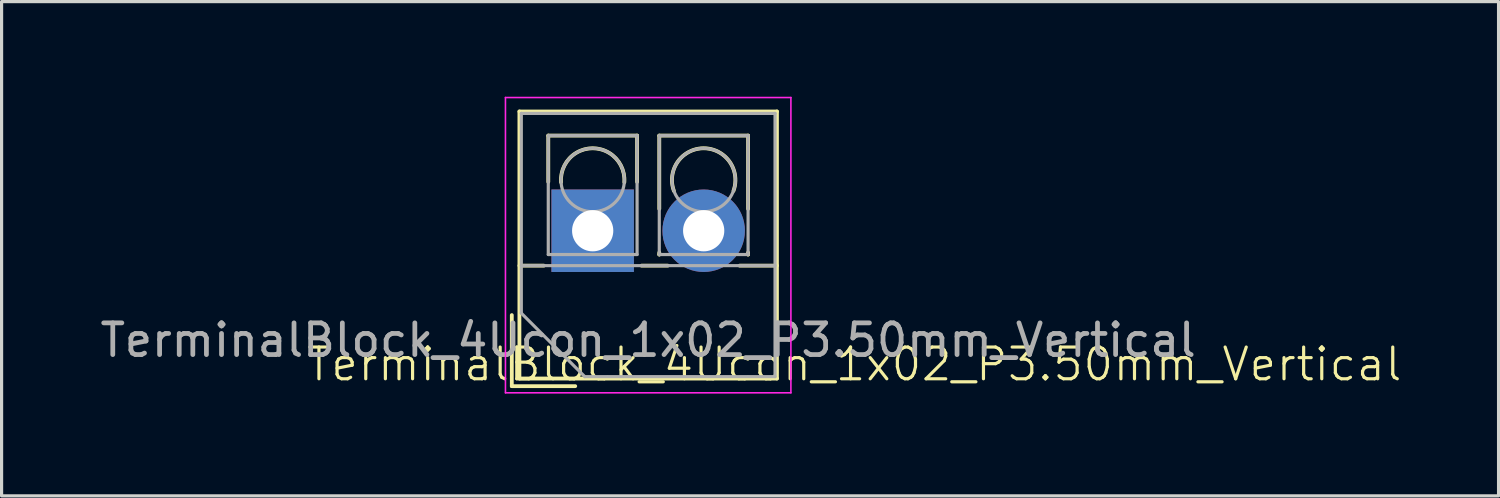
<source format=kicad_pcb>
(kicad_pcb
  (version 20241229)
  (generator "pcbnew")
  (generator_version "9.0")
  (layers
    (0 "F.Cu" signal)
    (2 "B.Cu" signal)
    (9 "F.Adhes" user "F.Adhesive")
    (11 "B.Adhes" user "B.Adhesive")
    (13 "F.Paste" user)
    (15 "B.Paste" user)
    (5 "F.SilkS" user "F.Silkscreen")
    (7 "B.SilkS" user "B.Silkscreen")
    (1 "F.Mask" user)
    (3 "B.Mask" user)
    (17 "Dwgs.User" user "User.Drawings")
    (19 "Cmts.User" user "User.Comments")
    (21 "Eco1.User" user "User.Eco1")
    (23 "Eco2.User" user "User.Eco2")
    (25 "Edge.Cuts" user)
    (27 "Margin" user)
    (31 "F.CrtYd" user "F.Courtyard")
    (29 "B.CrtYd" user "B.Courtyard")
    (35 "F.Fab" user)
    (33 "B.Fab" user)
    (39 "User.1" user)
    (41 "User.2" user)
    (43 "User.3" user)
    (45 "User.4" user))
  (footprint "TerminalBlock_4Ucon_1x02_P3.50mm_Vertical"
    (layer "F.Cu")
    (at 12.887 9.335)
    (property "Reference" "TerminalBlock_4Ucon_1x02_P3.50mm_Vertical" (at 11 -0.9 0) (unlocked yes) (layer "F.SilkS") (effects (font (size 1 1) (thickness 0.1))))
    (attr through_hole)
    (fp_line (start 0.2 -2.45) (end 0.2 -0.21) (stroke (width 0.12) (type solid)) (layer "F.SilkS"))
    (fp_line (start 0.2 -0.21) (end 2.2 -0.21) (stroke (width 0.12) (type solid)) (layer "F.SilkS"))
    (fp_line (start 0.44 -8.87) (end 0.44 -0.45) (stroke (width 0.12) (type solid)) (layer "F.SilkS"))
    (fp_line (start 0.44 -8.87) (end 8.56 -8.87) (stroke (width 0.12) (type solid)) (layer "F.SilkS"))
    (fp_line (start 0.44 -4.009) (end 1.21 -4.009) (stroke (width 0.12) (type solid)) (layer "F.SilkS"))
    (fp_line (start 0.44 -0.45) (end 8.56 -0.45) (stroke (width 0.12) (type solid)) (layer "F.SilkS"))
    (fp_line (start 1.35 -8.11) (end 1.35 -6.65) (stroke (width 0.12) (type solid)) (layer "F.SilkS"))
    (fp_line (start 1.35 -8.11) (end 4.15 -8.11) (stroke (width 0.12) (type solid)) (layer "F.SilkS"))
    (fp_line (start 4.15 -8.11) (end 4.15 -6.65) (stroke (width 0.12) (type solid)) (layer "F.SilkS"))
    (fp_line (start 4.29 -4.009) (end 5.117 -4.009) (stroke (width 0.12) (type solid)) (layer "F.SilkS"))
    (fp_line (start 4.85 -8.11) (end 4.85 -5.799) (stroke (width 0.12) (type solid)) (layer "F.SilkS"))
    (fp_line (start 4.85 -8.11) (end 7.65 -8.11) (stroke (width 0.12) (type solid)) (layer "F.SilkS"))
    (fp_line (start 4.85 -4.421) (end 4.85 -4.36) (stroke (width 0.12) (type solid)) (layer "F.SilkS"))
    (fp_line (start 4.85 -4.36) (end 4.851 -4.36) (stroke (width 0.12) (type solid)) (layer "F.SilkS"))
    (fp_line (start 7.384 -4.009) (end 8.56 -4.009) (stroke (width 0.12) (type solid)) (layer "F.SilkS"))
    (fp_line (start 7.65 -8.11) (end 7.65 -5.799) (stroke (width 0.12) (type solid)) (layer "F.SilkS"))
    (fp_line (start 7.65 -4.421) (end 7.65 -4.36) (stroke (width 0.12) (type solid)) (layer "F.SilkS"))
    (fp_line (start 7.65 -4.36) (end 7.65 -4.36) (stroke (width 0.12) (type solid)) (layer "F.SilkS"))
    (fp_line (start 8.56 -8.87) (end 8.56 -0.45) (stroke (width 0.12) (type solid)) (layer "F.SilkS"))
    (fp_arc (start 1.75211 -6.639434) (mid 2.749215 -7.710382) (end 3.748 -6.641) (stroke (width 0.12) (type solid)) (layer "F.SilkS"))
    (fp_arc (start 5.310085 -6.367767) (mid 6.249876 -7.710282) (end 7.19 -6.368) (stroke (width 0.12) (type solid)) (layer "F.SilkS"))
    (fp_line (start 0 -9.31) (end 0 0) (stroke (width 0.05) (type solid)) (layer "F.CrtYd"))
    (fp_line (start 0 0) (end 9 0) (stroke (width 0.05) (type solid)) (layer "F.CrtYd"))
    (fp_line (start 9 -9.31) (end 0 -9.31) (stroke (width 0.05) (type solid)) (layer "F.CrtYd"))
    (fp_line (start 9 0) (end 9 -9.31) (stroke (width 0.05) (type solid)) (layer "F.CrtYd"))
    (fp_line (start 0.5 -8.81) (end 8.5 -8.81) (stroke (width 0.1) (type solid)) (layer "F.Fab"))
    (fp_line (start 0.5 -4.01) (end 8.5 -4.01) (stroke (width 0.1) (type solid)) (layer "F.Fab"))
    (fp_line (start 0.5 -2.51) (end 0.5 -8.81) (stroke (width 0.1) (type solid)) (layer "F.Fab"))
    (fp_line (start 1.35 -8.11) (end 1.35 -4.36) (stroke (width 0.1) (type solid)) (layer "F.Fab"))
    (fp_line (start 1.35 -4.36) (end 4.15 -4.36) (stroke (width 0.1) (type solid)) (layer "F.Fab"))
    (fp_line (start 2.5 -0.51) (end 0.5 -2.51) (stroke (width 0.1) (type solid)) (layer "F.Fab"))
    (fp_line (start 4.15 -8.11) (end 1.35 -8.11) (stroke (width 0.1) (type solid)) (layer "F.Fab"))
    (fp_line (start 4.15 -4.36) (end 4.15 -8.11) (stroke (width 0.1) (type solid)) (layer "F.Fab"))
    (fp_line (start 4.85 -8.11) (end 4.85 -4.36) (stroke (width 0.1) (type solid)) (layer "F.Fab"))
    (fp_line (start 4.85 -4.36) (end 7.65 -4.36) (stroke (width 0.1) (type solid)) (layer "F.Fab"))
    (fp_line (start 7.65 -8.11) (end 4.85 -8.11) (stroke (width 0.1) (type solid)) (layer "F.Fab"))
    (fp_line (start 7.65 -4.36) (end 7.65 -8.11) (stroke (width 0.1) (type solid)) (layer "F.Fab"))
    (fp_line (start 8.5 -8.81) (end 8.5 -0.51) (stroke (width 0.1) (type solid)) (layer "F.Fab"))
    (fp_line (start 8.5 -0.51) (end 2.5 -0.51) (stroke (width 0.1) (type solid)) (layer "F.Fab"))
    (fp_circle (center 2.75 -6.71) (end 3.75 -6.71) (stroke (width 0.1) (type solid)) (fill no) (layer "F.Fab"))
    (fp_circle (center 6.25 -6.71) (end 7.25 -6.71) (stroke (width 0.1) (type solid)) (fill no) (layer "F.Fab"))
    (fp_text user "${REFERENCE}" (at 4.5 -1.66 0) (layer "F.Fab") (effects (font (size 1 1) (thickness 0.15))))
    (pad "1" thru_hole rect (at 2.75 -5.11) (size 2.6 2.6) (drill 1.3) (layers "*.Cu" "*.Mask"))
    (pad "2" thru_hole circle (at 6.25 -5.11) (size 2.6 2.6) (drill 1.3) (layers "*.Cu" "*.Mask")))
  (gr_rect
    (start -3 -3)
    (end 44.199 12.585)
    (stroke (width 0.1) (type default))
    (fill no)
    (layer "Edge.Cuts")))
</source>
